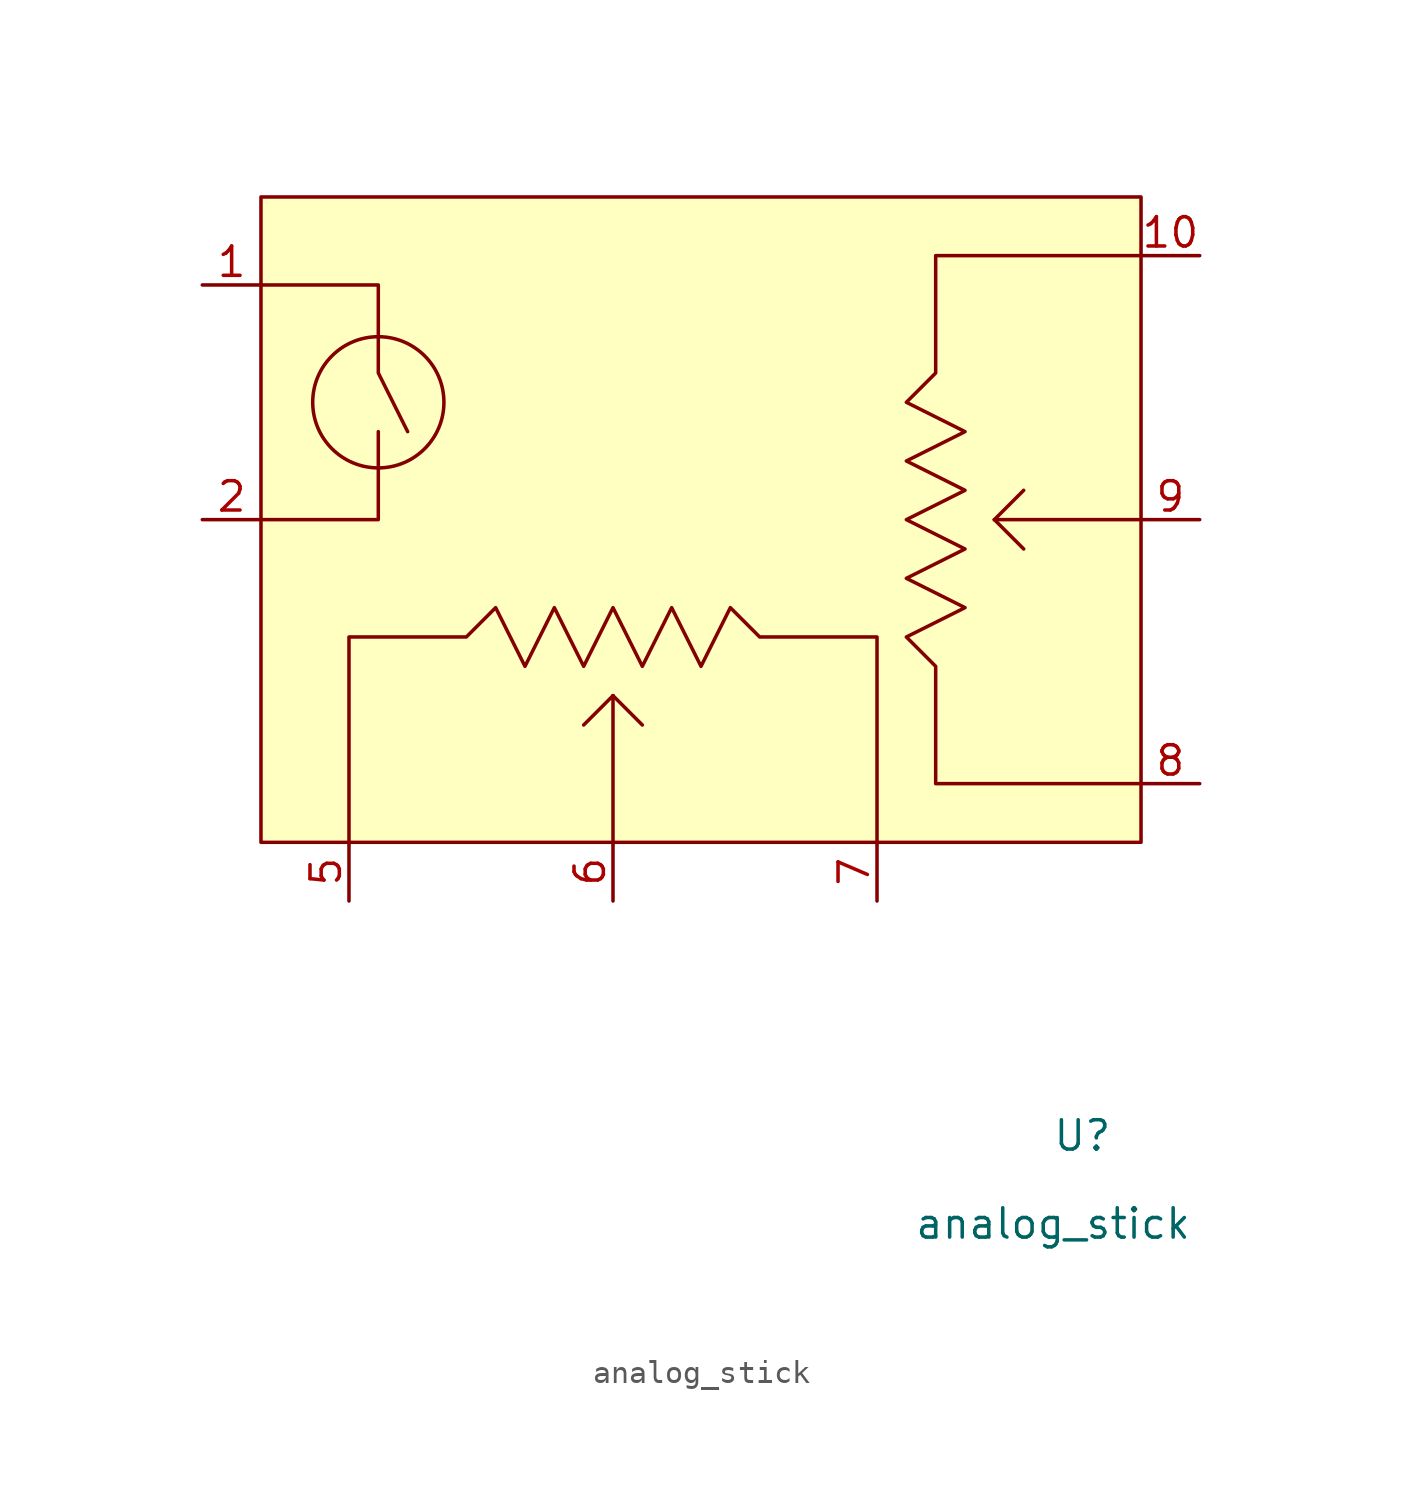
<source format=kicad_sym>
(kicad_symbol_lib
  (version 20211014)
  (generator kicad_symbol_editor)
  (symbol "analog_stick"
    (property "Reference" "U"
      (at 24.13 -19.05 0)
      (effects (font (size 1.27 1.27))))
    (property "Value" "analog_stick"
      (at 22.86 -22.86 0)
      (effects (font (size 1.27 1.27))))
    (symbol "analog_stick_0_1"
      (rectangle (start -11.43 21.59) (end 26.67 -6.35) (stroke (width 0) (type default) (color 0 0 0 0)) (fill (type background)))
      (circle (center -6.35 12.7) (radius 2.84) (stroke (width 0) (type default) (color 0 0 0 0)) (fill (type none)))
      (polyline (pts (xy 3.81 -6.35) (xy 3.81 0)) (stroke (width 0) (type default) (color 0 0 0 0)) (fill (type none)))
      (polyline (pts (xy 3.81 0) (xy 2.54 -1.27)) (stroke (width 0) (type default) (color 0 0 0 0)) (fill (type none)))
      (polyline (pts (xy 3.81 0) (xy 5.08 -1.27)) (stroke (width 0) (type default) (color 0 0 0 0)) (fill (type none)))
      (polyline (pts (xy 20.32 7.62) (xy 21.59 6.35)) (stroke (width 0) (type default) (color 0 0 0 0)) (fill (type none)))
      (polyline (pts (xy 20.32 7.62) (xy 21.59 8.89)) (stroke (width 0) (type default) (color 0 0 0 0)) (fill (type none)))
      (polyline (pts (xy 26.67 7.62) (xy 20.32 7.62)) (stroke (width 0) (type default) (color 0 0 0 0)) (fill (type none)))
      (polyline (pts (xy -6.35 11.43) (xy -6.35 7.62) (xy -11.43 7.62)) (stroke (width 0) (type default) (color 0 0 0 0)) (fill (type none)))
      (polyline (pts (xy -11.43 17.78) (xy -6.35 17.78) (xy -6.35 13.97) (xy -5.08 11.43)) (stroke (width 0) (type default) (color 0 0 0 0)) (fill (type none)))
      (polyline (pts (xy -7.62 -6.35) (xy -7.62 2.54) (xy -2.54 2.54) (xy -1.27 3.81) (xy 0 1.27) (xy 1.27 3.81) (xy 2.54 1.27) (xy 3.81 3.81) (xy 5.08 1.27) (xy 6.35 3.81) (xy 7.62 1.27) (xy 8.89 3.81) (xy 10.16 2.54) (xy 15.24 2.54) (xy 15.24 -6.35)) (stroke (width 0) (type default) (color 0 0 0 0)) (fill (type none)))
      (polyline (pts (xy 26.67 -3.81) (xy 17.78 -3.81) (xy 17.78 1.27) (xy 16.51 2.54) (xy 19.05 3.81) (xy 16.51 5.08) (xy 19.05 6.35) (xy 16.51 7.62) (xy 19.05 8.89) (xy 16.51 10.16) (xy 19.05 11.43) (xy 16.51 12.7) (xy 17.78 13.97) (xy 17.78 19.05) (xy 26.67 19.05)) (stroke (width 0) (type default) (color 0 0 0 0)) (fill (type none))))
    (symbol "analog_stick_1_1"
      (pin input line (at -13.97 17.78 0) (length 2.54) (name "" (effects (font (size 1.27 1.27)))) (number "1" (effects (font (size 1.27 1.27)))))
      (pin input line (at 29.21 19.05 180) (length 2.54) (name "" (effects (font (size 1.27 1.27)))) (number "10" (effects (font (size 1.27 1.27)))))
      (pin input line (at -13.97 7.62 0) (length 2.54) (name "" (effects (font (size 1.27 1.27)))) (number "2" (effects (font (size 1.27 1.27)))))
      (pin input line (at -13.97 17.78 0) (length 2.54) hide (name "" (effects (font (size 1.27 1.27)))) (number "3" (effects (font (size 1.27 1.27)))))
      (pin input line (at -13.97 7.62 0) (length 2.54) hide (name "" (effects (font (size 1.27 1.27)))) (number "4" (effects (font (size 1.27 1.27)))))
      (pin input line (at -7.62 -8.89 90) (length 2.54) (name "" (effects (font (size 1.27 1.27)))) (number "5" (effects (font (size 1.27 1.27)))))
      (pin input line (at 3.81 -8.89 90) (length 2.54) (name "" (effects (font (size 1.27 1.27)))) (number "6" (effects (font (size 1.27 1.27)))))
      (pin input line (at 15.24 -8.89 90) (length 2.54) (name "" (effects (font (size 1.27 1.27)))) (number "7" (effects (font (size 1.27 1.27)))))
      (pin input line (at 29.21 -3.81 180) (length 2.54) (name "" (effects (font (size 1.27 1.27)))) (number "8" (effects (font (size 1.27 1.27)))))
      (pin input line (at 29.21 7.62 180) (length 2.54) (name "" (effects (font (size 1.27 1.27)))) (number "9" (effects (font (size 1.27 1.27))))))))
</source>
